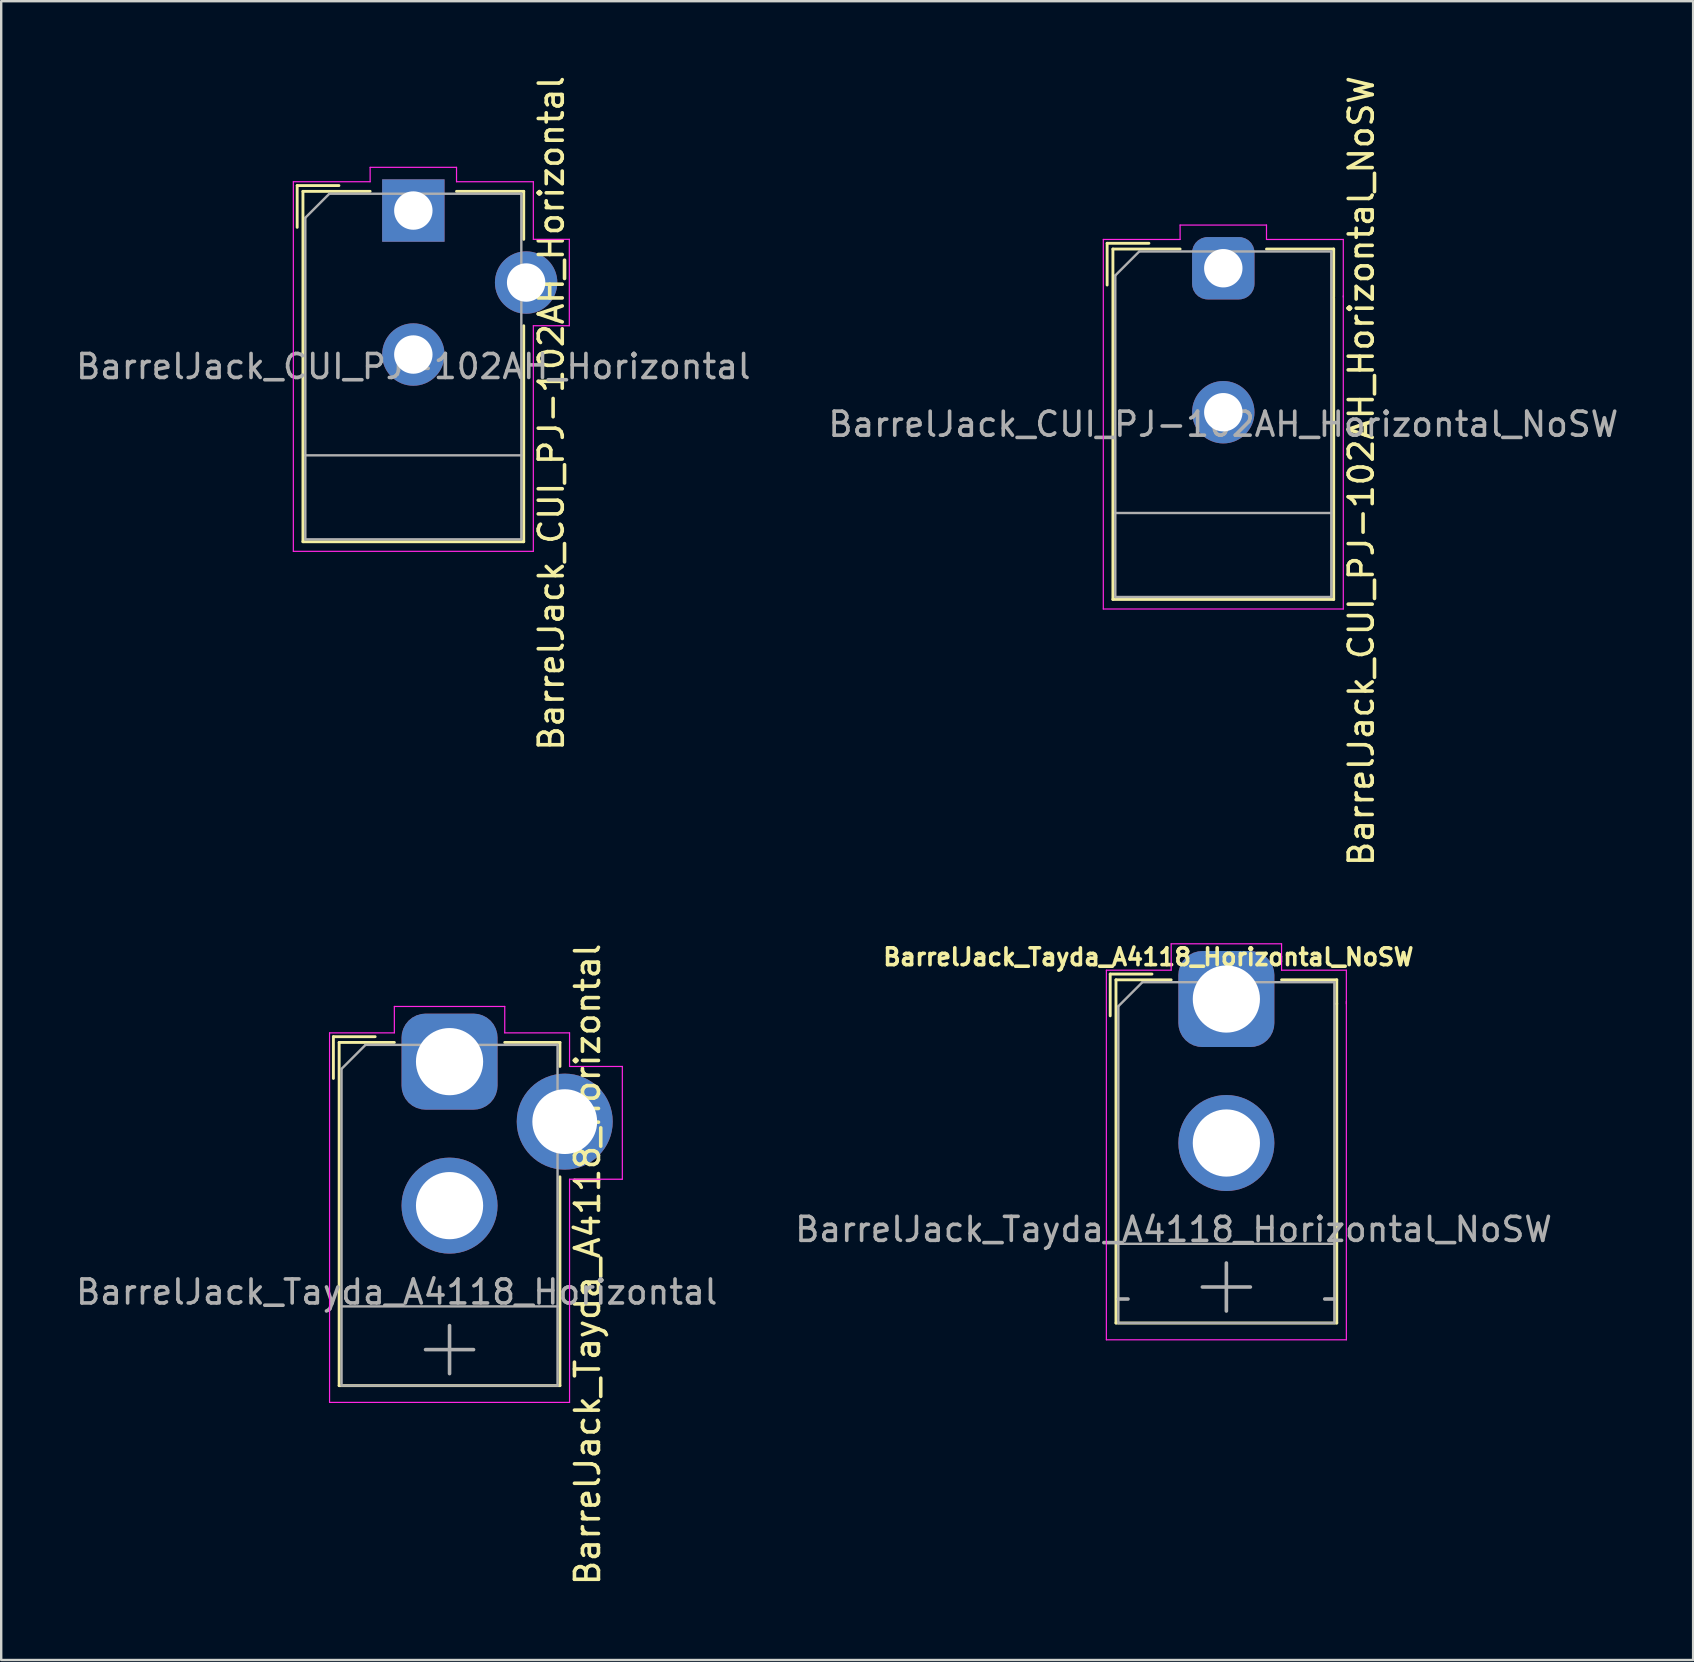
<source format=kicad_pcb>
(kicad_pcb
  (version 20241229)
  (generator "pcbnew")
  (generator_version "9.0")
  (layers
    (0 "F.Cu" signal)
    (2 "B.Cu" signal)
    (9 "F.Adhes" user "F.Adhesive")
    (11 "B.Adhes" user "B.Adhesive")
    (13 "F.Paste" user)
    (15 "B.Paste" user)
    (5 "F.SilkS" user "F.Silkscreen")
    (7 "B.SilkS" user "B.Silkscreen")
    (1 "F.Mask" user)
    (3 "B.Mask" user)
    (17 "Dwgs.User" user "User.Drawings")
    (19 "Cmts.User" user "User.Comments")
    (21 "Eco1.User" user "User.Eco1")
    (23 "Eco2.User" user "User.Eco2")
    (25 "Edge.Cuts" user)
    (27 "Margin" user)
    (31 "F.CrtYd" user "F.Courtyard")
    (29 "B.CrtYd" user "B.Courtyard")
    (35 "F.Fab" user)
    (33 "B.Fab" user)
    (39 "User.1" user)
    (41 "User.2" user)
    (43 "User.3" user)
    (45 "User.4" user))
  (footprint "BarrelJack_CUI_PJ-102AH_Horizontal_NoSW"
    (layer "F.Cu")
    (at 47.923 8.127)
    (property "Reference" "BarrelJack_CUI_PJ-102AH_Horizontal_NoSW" (at 5.75 8.45 90) (layer "F.SilkS") (effects (font (size 1 1) (thickness 0.15))))
    (attr through_hole)
    (fp_line (start -4.84 -1.04) (end -3.1 -1.04) (stroke (width 0.12) (type solid)) (layer "F.SilkS"))
    (fp_line (start -4.84 0.7) (end -4.84 -1.04) (stroke (width 0.12) (type solid)) (layer "F.SilkS"))
    (fp_line (start -4.6 -0.8) (end -1.8 -0.8) (stroke (width 0.12) (type solid)) (layer "F.SilkS"))
    (fp_line (start -4.6 13.8) (end -4.6 -0.8) (stroke (width 0.12) (type solid)) (layer "F.SilkS"))
    (fp_line (start 1.8 -0.8) (end 4.6 -0.8) (stroke (width 0.12) (type solid)) (layer "F.SilkS"))
    (fp_line (start 4.6 -0.8) (end 4.6 1.2) (stroke (width 0.12) (type solid)) (layer "F.SilkS"))
    (fp_line (start 4.6 1.25) (end 4.6 13.8) (stroke (width 0.12) (type solid)) (layer "F.SilkS"))
    (fp_line (start 4.6 13.8) (end -4.6 13.8) (stroke (width 0.12) (type solid)) (layer "F.SilkS"))
    (fp_line (start -5 -1.2) (end -1.8 -1.2) (stroke (width 0.05) (type solid)) (layer "F.CrtYd"))
    (fp_line (start -5 14.2) (end -5 -1.2) (stroke (width 0.05) (type solid)) (layer "F.CrtYd"))
    (fp_line (start -1.8 -1.8) (end 1.8 -1.8) (stroke (width 0.05) (type solid)) (layer "F.CrtYd"))
    (fp_line (start -1.8 -1.2) (end -1.8 -1.8) (stroke (width 0.05) (type solid)) (layer "F.CrtYd"))
    (fp_line (start 1.8 -1.8) (end 1.8 -1.2) (stroke (width 0.05) (type solid)) (layer "F.CrtYd"))
    (fp_line (start 1.8 -1.2) (end 5 -1.2) (stroke (width 0.05) (type solid)) (layer "F.CrtYd"))
    (fp_line (start 5 -1.2) (end 5 1.2) (stroke (width 0.05) (type solid)) (layer "F.CrtYd"))
    (fp_line (start 5 1.15) (end 5 14.2) (stroke (width 0.05) (type solid)) (layer "F.CrtYd"))
    (fp_line (start 5 14.2) (end -5 14.2) (stroke (width 0.05) (type solid)) (layer "F.CrtYd"))
    (fp_line (start -4.5 0.3) (end -3.5 -0.7) (stroke (width 0.1) (type solid)) (layer "F.Fab"))
    (fp_line (start -4.5 10.2) (end 4.5 10.2) (stroke (width 0.1) (type solid)) (layer "F.Fab"))
    (fp_line (start -4.5 13.7) (end -4.5 0.3) (stroke (width 0.1) (type solid)) (layer "F.Fab"))
    (fp_line (start -3.5 -0.7) (end 4.5 -0.7) (stroke (width 0.1) (type solid)) (layer "F.Fab"))
    (fp_line (start 4.5 -0.7) (end 4.5 13.7) (stroke (width 0.1) (type solid)) (layer "F.Fab"))
    (fp_line (start 4.5 13.7) (end -4.5 13.7) (stroke (width 0.1) (type solid)) (layer "F.Fab"))
    (fp_text user "${REFERENCE}" (at 0 6.5 0) (layer "F.Fab") (effects (font (size 1 1) (thickness 0.15))))
    (pad "1" thru_hole roundrect (at 0 0) (size 2.6 2.6) (drill 1.6) (layers "*.Cu" "*.Mask") (roundrect_rratio 0.25))
    (pad "2" thru_hole circle (at 0 6) (size 2.6 2.6) (drill 1.6) (layers "*.Cu" "*.Mask")))
  (footprint "BarrelJack_Tayda_A4118_Horizontal_NoSW"
    (layer "F.Cu")
    (at 48.051 38.578)
    (property "Reference" "BarrelJack_Tayda_A4118_Horizontal_NoSW" (at -3.25 -1.75 0) (layer "F.SilkS") (effects (font (size 0.7 0.7) (thickness 0.15))))
    (attr through_hole)
    (fp_line (start -4.84 -1.04) (end -3.1 -1.04) (stroke (width 0.12) (type solid)) (layer "F.SilkS"))
    (fp_line (start -4.84 0.7) (end -4.84 -1.04) (stroke (width 0.12) (type solid)) (layer "F.SilkS"))
    (fp_line (start -4.6 -0.8) (end -2.3 -0.8) (stroke (width 0.12) (type solid)) (layer "F.SilkS"))
    (fp_line (start -4.6 13.5) (end -4.6 -0.8) (stroke (width 0.12) (type solid)) (layer "F.SilkS"))
    (fp_line (start 2.3 -0.8) (end 4.6 -0.8) (stroke (width 0.12) (type solid)) (layer "F.SilkS"))
    (fp_line (start 4.6 -0.8) (end 4.6 0.2) (stroke (width 0.12) (type solid)) (layer "F.SilkS"))
    (fp_line (start 4.6 0.2) (end 4.6 13.5) (stroke (width 0.12) (type solid)) (layer "F.SilkS"))
    (fp_line (start 4.6 13.5) (end -4.6 13.5) (stroke (width 0.12) (type solid)) (layer "F.SilkS"))
    (fp_line (start -5 -1.2) (end -2.3 -1.2) (stroke (width 0.05) (type solid)) (layer "F.CrtYd"))
    (fp_line (start -5 14.2) (end -5 -1.2) (stroke (width 0.05) (type solid)) (layer "F.CrtYd"))
    (fp_line (start -2.3 -2.3) (end 2.3 -2.3) (stroke (width 0.05) (type solid)) (layer "F.CrtYd"))
    (fp_line (start -2.3 -1.2) (end -2.3 -2.3) (stroke (width 0.05) (type solid)) (layer "F.CrtYd"))
    (fp_line (start 2.3 -2.3) (end 2.3 -1.2) (stroke (width 0.05) (type solid)) (layer "F.CrtYd"))
    (fp_line (start 2.3 -1.2) (end 5 -1.2) (stroke (width 0.05) (type solid)) (layer "F.CrtYd"))
    (fp_line (start 5 -1.2) (end 5 0.2) (stroke (width 0.05) (type solid)) (layer "F.CrtYd"))
    (fp_line (start 5 0.1) (end 5 14.2) (stroke (width 0.05) (type solid)) (layer "F.CrtYd"))
    (fp_line (start 5 14.2) (end -5 14.2) (stroke (width 0.05) (type solid)) (layer "F.CrtYd"))
    (fp_line (start -4.5 0.3) (end -3.5 -0.7) (stroke (width 0.1) (type solid)) (layer "F.Fab"))
    (fp_line (start -4.5 10.2) (end 4.5 10.2) (stroke (width 0.1) (type solid)) (layer "F.Fab"))
    (fp_line (start -4.5 13.5) (end -4.5 0.3) (stroke (width 0.1) (type solid)) (layer "F.Fab"))
    (fp_line (start -4.1 12.5) (end -4.5 12.5) (stroke (width 0.15) (type solid)) (layer "F.Fab"))
    (fp_line (start -3.5 -0.7) (end 4.5 -0.7) (stroke (width 0.1) (type solid)) (layer "F.Fab"))
    (fp_line (start -1 12) (end 1 12) (stroke (width 0.15) (type solid)) (layer "F.Fab"))
    (fp_line (start 0 11) (end 0 13) (stroke (width 0.15) (type solid)) (layer "F.Fab"))
    (fp_line (start 4.5 -0.7) (end 4.5 13.5) (stroke (width 0.1) (type solid)) (layer "F.Fab"))
    (fp_line (start 4.5 12.5) (end 4.1 12.5) (stroke (width 0.15) (type solid)) (layer "F.Fab"))
    (fp_line (start 4.5 13.5) (end -4.5 13.5) (stroke (width 0.1) (type solid)) (layer "F.Fab"))
    (fp_text user "${REFERENCE}" (at -2.2 9.6 0) (layer "F.Fab") (effects (font (size 1 1) (thickness 0.15))))
    (pad "1" thru_hole roundrect (at 0 0) (size 4 4) (drill 2.8) (layers "*.Cu" "*.Mask") (roundrect_rratio 0.25))
    (pad "2" thru_hole circle (at 0 6) (size 4 4) (drill 2.8) (layers "*.Cu" "*.Mask")))
  (footprint "BarrelJack_Tayda_A4118_Horizontal"
    (layer "F.Cu")
    (at 15.682 41.187)
    (property "Reference" "BarrelJack_Tayda_A4118_Horizontal" (at 5.75 8.45 90) (layer "F.SilkS") (effects (font (size 1 1) (thickness 0.15))))
    (attr through_hole)
    (fp_line (start -4.84 -1.04) (end -3.1 -1.04) (stroke (width 0.12) (type solid)) (layer "F.SilkS"))
    (fp_line (start -4.84 0.7) (end -4.84 -1.04) (stroke (width 0.12) (type solid)) (layer "F.SilkS"))
    (fp_line (start -4.6 -0.8) (end -2.3 -0.8) (stroke (width 0.12) (type solid)) (layer "F.SilkS"))
    (fp_line (start -4.6 13.5) (end -4.6 -0.8) (stroke (width 0.12) (type solid)) (layer "F.SilkS"))
    (fp_line (start 2.3 -0.8) (end 4.6 -0.8) (stroke (width 0.12) (type solid)) (layer "F.SilkS"))
    (fp_line (start 4.6 -0.8) (end 4.6 0.2) (stroke (width 0.12) (type solid)) (layer "F.SilkS"))
    (fp_line (start 4.6 4.8) (end 4.6 13.5) (stroke (width 0.12) (type solid)) (layer "F.SilkS"))
    (fp_line (start 4.6 13.5) (end -4.6 13.5) (stroke (width 0.12) (type solid)) (layer "F.SilkS"))
    (fp_line (start -5 -1.2) (end -2.3 -1.2) (stroke (width 0.05) (type solid)) (layer "F.CrtYd"))
    (fp_line (start -5 14.2) (end -5 -1.2) (stroke (width 0.05) (type solid)) (layer "F.CrtYd"))
    (fp_line (start -2.3 -2.3) (end 2.3 -2.3) (stroke (width 0.05) (type solid)) (layer "F.CrtYd"))
    (fp_line (start -2.3 -1.2) (end -2.3 -2.3) (stroke (width 0.05) (type solid)) (layer "F.CrtYd"))
    (fp_line (start 2.3 -2.3) (end 2.3 -1.2) (stroke (width 0.05) (type solid)) (layer "F.CrtYd"))
    (fp_line (start 2.3 -1.2) (end 5 -1.2) (stroke (width 0.05) (type solid)) (layer "F.CrtYd"))
    (fp_line (start 5 -1.2) (end 5 0.2) (stroke (width 0.05) (type solid)) (layer "F.CrtYd"))
    (fp_line (start 5 0.2) (end 7.2 0.2) (stroke (width 0.05) (type solid)) (layer "F.CrtYd"))
    (fp_line (start 5 4.9) (end 5 14.2) (stroke (width 0.05) (type solid)) (layer "F.CrtYd"))
    (fp_line (start 5 14.2) (end -5 14.2) (stroke (width 0.05) (type solid)) (layer "F.CrtYd"))
    (fp_line (start 7.2 0.2) (end 7.2 4.9) (stroke (width 0.05) (type solid)) (layer "F.CrtYd"))
    (fp_line (start 7.2 4.9) (end 5 4.9) (stroke (width 0.05) (type solid)) (layer "F.CrtYd"))
    (fp_line (start -4.5 0.3) (end -3.5 -0.7) (stroke (width 0.1) (type solid)) (layer "F.Fab"))
    (fp_line (start -4.5 10.2) (end 4.5 10.2) (stroke (width 0.1) (type solid)) (layer "F.Fab"))
    (fp_line (start -4.5 13.5) (end -4.5 0.3) (stroke (width 0.1) (type solid)) (layer "F.Fab"))
    (fp_line (start -3.5 -0.7) (end 4.5 -0.7) (stroke (width 0.1) (type solid)) (layer "F.Fab"))
    (fp_line (start -1 12) (end 1 12) (stroke (width 0.15) (type solid)) (layer "F.Fab"))
    (fp_line (start 0 11) (end 0 13) (stroke (width 0.15) (type solid)) (layer "F.Fab"))
    (fp_line (start 4.5 -0.7) (end 4.5 13.5) (stroke (width 0.1) (type solid)) (layer "F.Fab"))
    (fp_line (start 4.5 13.5) (end -4.5 13.5) (stroke (width 0.1) (type solid)) (layer "F.Fab"))
    (fp_text user "${REFERENCE}" (at -2.2 9.6 0) (layer "F.Fab") (effects (font (size 1 1) (thickness 0.15))))
    (pad "1" thru_hole roundrect (at 0 0) (size 4 4) (drill 2.8) (layers "*.Cu" "*.Mask") (roundrect_rratio 0.25))
    (pad "2" thru_hole circle (at 0 6) (size 4 4) (drill 2.8) (layers "*.Cu" "*.Mask"))
    (pad "3" thru_hole circle (at 4.8 2.5) (size 4 4) (drill 2.7) (layers "*.Cu" "*.Mask")))
  (footprint "BarrelJack_CUI_PJ-102AH_Horizontal"
    (layer "F.Cu")
    (at 14.173 5.723)
    (property "Reference" "BarrelJack_CUI_PJ-102AH_Horizontal" (at 5.75 8.45 90) (layer "F.SilkS") (effects (font (size 1 1) (thickness 0.15))))
    (attr through_hole)
    (fp_line (start -4.84 -1.04) (end -3.1 -1.04) (stroke (width 0.12) (type solid)) (layer "F.SilkS"))
    (fp_line (start -4.84 0.7) (end -4.84 -1.04) (stroke (width 0.12) (type solid)) (layer "F.SilkS"))
    (fp_line (start -4.6 -0.8) (end -1.8 -0.8) (stroke (width 0.12) (type solid)) (layer "F.SilkS"))
    (fp_line (start -4.6 13.8) (end -4.6 -0.8) (stroke (width 0.12) (type solid)) (layer "F.SilkS"))
    (fp_line (start 1.8 -0.8) (end 4.6 -0.8) (stroke (width 0.12) (type solid)) (layer "F.SilkS"))
    (fp_line (start 4.6 -0.8) (end 4.6 1.2) (stroke (width 0.12) (type solid)) (layer "F.SilkS"))
    (fp_line (start 4.6 4.8) (end 4.6 13.8) (stroke (width 0.12) (type solid)) (layer "F.SilkS"))
    (fp_line (start 4.6 13.8) (end -4.6 13.8) (stroke (width 0.12) (type solid)) (layer "F.SilkS"))
    (fp_line (start -5 -1.2) (end -1.8 -1.2) (stroke (width 0.05) (type solid)) (layer "F.CrtYd"))
    (fp_line (start -5 14.2) (end -5 -1.2) (stroke (width 0.05) (type solid)) (layer "F.CrtYd"))
    (fp_line (start -1.8 -1.8) (end 1.8 -1.8) (stroke (width 0.05) (type solid)) (layer "F.CrtYd"))
    (fp_line (start -1.8 -1.2) (end -1.8 -1.8) (stroke (width 0.05) (type solid)) (layer "F.CrtYd"))
    (fp_line (start 1.8 -1.8) (end 1.8 -1.2) (stroke (width 0.05) (type solid)) (layer "F.CrtYd"))
    (fp_line (start 1.8 -1.2) (end 5 -1.2) (stroke (width 0.05) (type solid)) (layer "F.CrtYd"))
    (fp_line (start 5 -1.2) (end 5 1.2) (stroke (width 0.05) (type solid)) (layer "F.CrtYd"))
    (fp_line (start 5 1.2) (end 6.5 1.2) (stroke (width 0.05) (type solid)) (layer "F.CrtYd"))
    (fp_line (start 5 4.8) (end 5 14.2) (stroke (width 0.05) (type solid)) (layer "F.CrtYd"))
    (fp_line (start 5 14.2) (end -5 14.2) (stroke (width 0.05) (type solid)) (layer "F.CrtYd"))
    (fp_line (start 6.5 1.2) (end 6.5 4.8) (stroke (width 0.05) (type solid)) (layer "F.CrtYd"))
    (fp_line (start 6.5 4.8) (end 5 4.8) (stroke (width 0.05) (type solid)) (layer "F.CrtYd"))
    (fp_line (start -4.5 0.3) (end -3.5 -0.7) (stroke (width 0.1) (type solid)) (layer "F.Fab"))
    (fp_line (start -4.5 10.2) (end 4.5 10.2) (stroke (width 0.1) (type solid)) (layer "F.Fab"))
    (fp_line (start -4.5 13.7) (end -4.5 0.3) (stroke (width 0.1) (type solid)) (layer "F.Fab"))
    (fp_line (start -3.5 -0.7) (end 4.5 -0.7) (stroke (width 0.1) (type solid)) (layer "F.Fab"))
    (fp_line (start 4.5 -0.7) (end 4.5 13.7) (stroke (width 0.1) (type solid)) (layer "F.Fab"))
    (fp_line (start 4.5 13.7) (end -4.5 13.7) (stroke (width 0.1) (type solid)) (layer "F.Fab"))
    (fp_text user "${REFERENCE}" (at 0 6.5 0) (layer "F.Fab") (effects (font (size 1 1) (thickness 0.15))))
    (pad "1" thru_hole rect (at 0 0) (size 2.6 2.6) (drill 1.6) (layers "*.Cu" "*.Mask"))
    (pad "2" thru_hole circle (at 0 6) (size 2.6 2.6) (drill 1.6) (layers "*.Cu" "*.Mask"))
    (pad "3" thru_hole circle (at 4.7 3) (size 2.6 2.6) (drill 1.6) (layers "*.Cu" "*.Mask")))
  (gr_rect
    (start -3 -3)
    (end 67.5 66.119)
    (stroke (width 0.1) (type default))
    (fill no)
    (layer "Edge.Cuts")))
</source>
